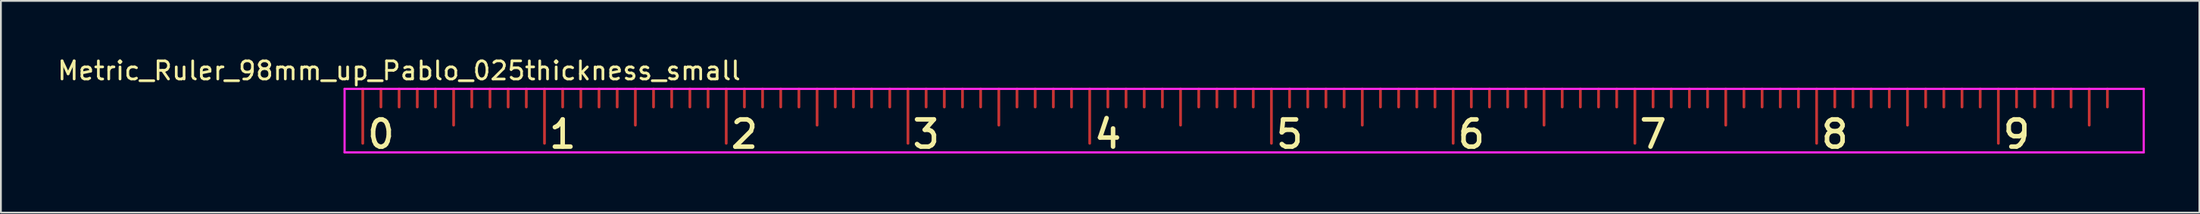
<source format=kicad_pcb>
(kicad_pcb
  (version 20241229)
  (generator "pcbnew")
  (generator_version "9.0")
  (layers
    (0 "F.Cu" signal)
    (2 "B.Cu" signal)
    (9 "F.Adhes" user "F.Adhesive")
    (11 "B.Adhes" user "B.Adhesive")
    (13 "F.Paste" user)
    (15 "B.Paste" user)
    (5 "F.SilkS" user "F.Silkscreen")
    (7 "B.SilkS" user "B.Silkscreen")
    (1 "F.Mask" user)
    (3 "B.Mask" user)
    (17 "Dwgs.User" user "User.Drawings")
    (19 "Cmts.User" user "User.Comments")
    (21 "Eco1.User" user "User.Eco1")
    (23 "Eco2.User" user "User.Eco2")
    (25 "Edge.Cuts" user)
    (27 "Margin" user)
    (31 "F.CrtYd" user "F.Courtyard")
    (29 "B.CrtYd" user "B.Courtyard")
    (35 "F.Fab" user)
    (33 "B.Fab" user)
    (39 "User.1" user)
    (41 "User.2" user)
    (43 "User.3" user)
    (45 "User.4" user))
  (footprint "Metric_Ruler_98mm_up_Pablo_025thickness_small"
    (layer "F.Cu")
    (at 16.911 1.848)
    (property "Reference" "Metric_Ruler_98mm_up_Pablo_025thickness_small" (at 2 -1 180) (layer "F.SilkS") (effects (font (size 1 1) (thickness 0.15))))
    (attr through_hole)
    (fp_line (start 0 0) (end 0 3) (stroke (width 0.15) (type solid)) (layer "F.Cu"))
    (fp_line (start 1 0) (end 1 1) (stroke (width 0.15) (type solid)) (layer "F.Cu"))
    (fp_line (start 2 0) (end 2 1) (stroke (width 0.15) (type solid)) (layer "F.Cu"))
    (fp_line (start 3 0) (end 3 1) (stroke (width 0.15) (type solid)) (layer "F.Cu"))
    (fp_line (start 4 0) (end 4 1) (stroke (width 0.15) (type solid)) (layer "F.Cu"))
    (fp_line (start 5 0) (end 5 2) (stroke (width 0.15) (type solid)) (layer "F.Cu"))
    (fp_line (start 6 0) (end 6 1) (stroke (width 0.15) (type solid)) (layer "F.Cu"))
    (fp_line (start 7 0) (end 7 1) (stroke (width 0.15) (type solid)) (layer "F.Cu"))
    (fp_line (start 8 0) (end 8 1) (stroke (width 0.15) (type solid)) (layer "F.Cu"))
    (fp_line (start 9 0) (end 9 1) (stroke (width 0.15) (type solid)) (layer "F.Cu"))
    (fp_line (start 10 0) (end 10 3) (stroke (width 0.15) (type solid)) (layer "F.Cu"))
    (fp_line (start 11 0) (end 11 1) (stroke (width 0.15) (type solid)) (layer "F.Cu"))
    (fp_line (start 12 0) (end 12 1) (stroke (width 0.15) (type solid)) (layer "F.Cu"))
    (fp_line (start 13 0) (end 13 1) (stroke (width 0.15) (type solid)) (layer "F.Cu"))
    (fp_line (start 14 0) (end 14 1) (stroke (width 0.15) (type solid)) (layer "F.Cu"))
    (fp_line (start 15 0) (end 15 2) (stroke (width 0.15) (type solid)) (layer "F.Cu"))
    (fp_line (start 16 0) (end 16 1) (stroke (width 0.15) (type solid)) (layer "F.Cu"))
    (fp_line (start 17 0) (end 17 1) (stroke (width 0.15) (type solid)) (layer "F.Cu"))
    (fp_line (start 18 0) (end 18 1) (stroke (width 0.15) (type solid)) (layer "F.Cu"))
    (fp_line (start 19 0) (end 19 1) (stroke (width 0.15) (type solid)) (layer "F.Cu"))
    (fp_line (start 20 0) (end 20 3) (stroke (width 0.15) (type solid)) (layer "F.Cu"))
    (fp_line (start 21 0) (end 21 1) (stroke (width 0.15) (type solid)) (layer "F.Cu"))
    (fp_line (start 22 0) (end 22 1) (stroke (width 0.15) (type solid)) (layer "F.Cu"))
    (fp_line (start 23 0) (end 23 1) (stroke (width 0.15) (type solid)) (layer "F.Cu"))
    (fp_line (start 24 0) (end 24 1) (stroke (width 0.15) (type solid)) (layer "F.Cu"))
    (fp_line (start 25 0) (end 25 2) (stroke (width 0.15) (type solid)) (layer "F.Cu"))
    (fp_line (start 26 0) (end 26 1) (stroke (width 0.15) (type solid)) (layer "F.Cu"))
    (fp_line (start 27 0) (end 27 1) (stroke (width 0.15) (type solid)) (layer "F.Cu"))
    (fp_line (start 28 0) (end 28 1) (stroke (width 0.15) (type solid)) (layer "F.Cu"))
    (fp_line (start 29 0) (end 29 1) (stroke (width 0.15) (type solid)) (layer "F.Cu"))
    (fp_line (start 30 0) (end 30 3) (stroke (width 0.15) (type solid)) (layer "F.Cu"))
    (fp_line (start 31 0) (end 31 1) (stroke (width 0.15) (type solid)) (layer "F.Cu"))
    (fp_line (start 32 0) (end 32 1) (stroke (width 0.15) (type solid)) (layer "F.Cu"))
    (fp_line (start 33 0) (end 33 1) (stroke (width 0.15) (type solid)) (layer "F.Cu"))
    (fp_line (start 34 0) (end 34 1) (stroke (width 0.15) (type solid)) (layer "F.Cu"))
    (fp_line (start 35 0) (end 35 2) (stroke (width 0.15) (type solid)) (layer "F.Cu"))
    (fp_line (start 36 0) (end 36 1) (stroke (width 0.15) (type solid)) (layer "F.Cu"))
    (fp_line (start 37 0) (end 37 1) (stroke (width 0.15) (type solid)) (layer "F.Cu"))
    (fp_line (start 38 0) (end 38 1) (stroke (width 0.15) (type solid)) (layer "F.Cu"))
    (fp_line (start 39 0) (end 39 1) (stroke (width 0.15) (type solid)) (layer "F.Cu"))
    (fp_line (start 40 0) (end 40 3) (stroke (width 0.15) (type solid)) (layer "F.Cu"))
    (fp_line (start 41 0) (end 41 1) (stroke (width 0.15) (type solid)) (layer "F.Cu"))
    (fp_line (start 42 0) (end 42 1) (stroke (width 0.15) (type solid)) (layer "F.Cu"))
    (fp_line (start 43 0) (end 43 1) (stroke (width 0.15) (type solid)) (layer "F.Cu"))
    (fp_line (start 44 0) (end 44 1) (stroke (width 0.15) (type solid)) (layer "F.Cu"))
    (fp_line (start 45 0) (end 45 2) (stroke (width 0.15) (type solid)) (layer "F.Cu"))
    (fp_line (start 46 0) (end 46 1) (stroke (width 0.15) (type solid)) (layer "F.Cu"))
    (fp_line (start 47 0) (end 47 1) (stroke (width 0.15) (type solid)) (layer "F.Cu"))
    (fp_line (start 48 0) (end 48 1) (stroke (width 0.15) (type solid)) (layer "F.Cu"))
    (fp_line (start 49 0) (end 49 1) (stroke (width 0.15) (type solid)) (layer "F.Cu"))
    (fp_line (start 50 0) (end 50 3) (stroke (width 0.15) (type solid)) (layer "F.Cu"))
    (fp_line (start 51 0) (end 51 1) (stroke (width 0.15) (type solid)) (layer "F.Cu"))
    (fp_line (start 52 0) (end 52 1) (stroke (width 0.15) (type solid)) (layer "F.Cu"))
    (fp_line (start 53 0) (end 53 1) (stroke (width 0.15) (type solid)) (layer "F.Cu"))
    (fp_line (start 54 0) (end 54 1) (stroke (width 0.15) (type solid)) (layer "F.Cu"))
    (fp_line (start 55 0) (end 55 2) (stroke (width 0.15) (type solid)) (layer "F.Cu"))
    (fp_line (start 56 0) (end 56 1) (stroke (width 0.15) (type solid)) (layer "F.Cu"))
    (fp_line (start 57 0) (end 57 1) (stroke (width 0.15) (type solid)) (layer "F.Cu"))
    (fp_line (start 58 0) (end 58 1) (stroke (width 0.15) (type solid)) (layer "F.Cu"))
    (fp_line (start 59 0) (end 59 1) (stroke (width 0.15) (type solid)) (layer "F.Cu"))
    (fp_line (start 60 0) (end 60 3) (stroke (width 0.15) (type solid)) (layer "F.Cu"))
    (fp_line (start 61 0) (end 61 1) (stroke (width 0.15) (type solid)) (layer "F.Cu"))
    (fp_line (start 62 0) (end 62 1) (stroke (width 0.15) (type solid)) (layer "F.Cu"))
    (fp_line (start 63 0) (end 63 1) (stroke (width 0.15) (type solid)) (layer "F.Cu"))
    (fp_line (start 64 0) (end 64 1) (stroke (width 0.15) (type solid)) (layer "F.Cu"))
    (fp_line (start 65 0) (end 65 2) (stroke (width 0.15) (type solid)) (layer "F.Cu"))
    (fp_line (start 66 0) (end 66 1) (stroke (width 0.15) (type solid)) (layer "F.Cu"))
    (fp_line (start 67 0) (end 67 1) (stroke (width 0.15) (type solid)) (layer "F.Cu"))
    (fp_line (start 68 0) (end 68 1) (stroke (width 0.15) (type solid)) (layer "F.Cu"))
    (fp_line (start 69 0) (end 69 1) (stroke (width 0.15) (type solid)) (layer "F.Cu"))
    (fp_line (start 70 0) (end 70 3) (stroke (width 0.15) (type solid)) (layer "F.Cu"))
    (fp_line (start 71 0) (end 71 1) (stroke (width 0.15) (type solid)) (layer "F.Cu"))
    (fp_line (start 72 0) (end 72 1) (stroke (width 0.15) (type solid)) (layer "F.Cu"))
    (fp_line (start 73 0) (end 73 1) (stroke (width 0.15) (type solid)) (layer "F.Cu"))
    (fp_line (start 74 0) (end 74 1) (stroke (width 0.15) (type solid)) (layer "F.Cu"))
    (fp_line (start 75 0) (end 75 2) (stroke (width 0.15) (type solid)) (layer "F.Cu"))
    (fp_line (start 76 0) (end 76 1) (stroke (width 0.15) (type solid)) (layer "F.Cu"))
    (fp_line (start 77 0) (end 77 1) (stroke (width 0.15) (type solid)) (layer "F.Cu"))
    (fp_line (start 78 0) (end 78 1) (stroke (width 0.15) (type solid)) (layer "F.Cu"))
    (fp_line (start 79 0) (end 79 1) (stroke (width 0.15) (type solid)) (layer "F.Cu"))
    (fp_line (start 80 0) (end 80 3) (stroke (width 0.15) (type solid)) (layer "F.Cu"))
    (fp_line (start 81 0) (end 81 1) (stroke (width 0.15) (type solid)) (layer "F.Cu"))
    (fp_line (start 82 0) (end 82 1) (stroke (width 0.15) (type solid)) (layer "F.Cu"))
    (fp_line (start 83 0) (end 83 1) (stroke (width 0.15) (type solid)) (layer "F.Cu"))
    (fp_line (start 84 0) (end 84 1) (stroke (width 0.15) (type solid)) (layer "F.Cu"))
    (fp_line (start 85 0) (end 85 2) (stroke (width 0.15) (type solid)) (layer "F.Cu"))
    (fp_line (start 86 0) (end 86 1) (stroke (width 0.15) (type solid)) (layer "F.Cu"))
    (fp_line (start 87 0) (end 87 1) (stroke (width 0.15) (type solid)) (layer "F.Cu"))
    (fp_line (start 88 0) (end 88 1) (stroke (width 0.15) (type solid)) (layer "F.Cu"))
    (fp_line (start 89 0) (end 89 1) (stroke (width 0.15) (type solid)) (layer "F.Cu"))
    (fp_line (start 90 0) (end 90 3) (stroke (width 0.15) (type solid)) (layer "F.Cu"))
    (fp_line (start 91 0) (end 91 1) (stroke (width 0.15) (type solid)) (layer "F.Cu"))
    (fp_line (start 92 0) (end 92 1) (stroke (width 0.15) (type solid)) (layer "F.Cu"))
    (fp_line (start 93 0) (end 93 1) (stroke (width 0.15) (type solid)) (layer "F.Cu"))
    (fp_line (start 94 0) (end 94 1) (stroke (width 0.15) (type solid)) (layer "F.Cu"))
    (fp_line (start 95 0) (end 95 2) (stroke (width 0.15) (type solid)) (layer "F.Cu"))
    (fp_line (start 96 0) (end 96 1) (stroke (width 0.15) (type solid)) (layer "F.Cu"))
    (fp_line (start 0 0) (end 0 3) (stroke (width 0.15) (type solid)) (layer "F.Mask"))
    (fp_line (start 1 0) (end 1 1) (stroke (width 0.15) (type solid)) (layer "F.Mask"))
    (fp_line (start 2 0) (end 2 1) (stroke (width 0.15) (type solid)) (layer "F.Mask"))
    (fp_line (start 3 0) (end 3 1) (stroke (width 0.15) (type solid)) (layer "F.Mask"))
    (fp_line (start 4 0) (end 4 1) (stroke (width 0.15) (type solid)) (layer "F.Mask"))
    (fp_line (start 5 0) (end 5 2) (stroke (width 0.15) (type solid)) (layer "F.Mask"))
    (fp_line (start 6 0) (end 6 1) (stroke (width 0.15) (type solid)) (layer "F.Mask"))
    (fp_line (start 7 0) (end 7 1) (stroke (width 0.15) (type solid)) (layer "F.Mask"))
    (fp_line (start 8 0) (end 8 1) (stroke (width 0.15) (type solid)) (layer "F.Mask"))
    (fp_line (start 9 0) (end 9 1) (stroke (width 0.15) (type solid)) (layer "F.Mask"))
    (fp_line (start 10 0) (end 10 3) (stroke (width 0.15) (type solid)) (layer "F.Mask"))
    (fp_line (start 11 0) (end 11 1) (stroke (width 0.15) (type solid)) (layer "F.Mask"))
    (fp_line (start 12 0) (end 12 1) (stroke (width 0.15) (type solid)) (layer "F.Mask"))
    (fp_line (start 13 0) (end 13 1) (stroke (width 0.15) (type solid)) (layer "F.Mask"))
    (fp_line (start 14 0) (end 14 1) (stroke (width 0.15) (type solid)) (layer "F.Mask"))
    (fp_line (start 15 0) (end 15 2) (stroke (width 0.15) (type solid)) (layer "F.Mask"))
    (fp_line (start 16 0) (end 16 1) (stroke (width 0.15) (type solid)) (layer "F.Mask"))
    (fp_line (start 17 0) (end 17 1) (stroke (width 0.15) (type solid)) (layer "F.Mask"))
    (fp_line (start 18 0) (end 18 1) (stroke (width 0.15) (type solid)) (layer "F.Mask"))
    (fp_line (start 19 0) (end 19 1) (stroke (width 0.15) (type solid)) (layer "F.Mask"))
    (fp_line (start 20 0) (end 20 3) (stroke (width 0.15) (type solid)) (layer "F.Mask"))
    (fp_line (start 21 0) (end 21 1) (stroke (width 0.15) (type solid)) (layer "F.Mask"))
    (fp_line (start 22 0) (end 22 1) (stroke (width 0.15) (type solid)) (layer "F.Mask"))
    (fp_line (start 23 0) (end 23 1) (stroke (width 0.15) (type solid)) (layer "F.Mask"))
    (fp_line (start 24 0) (end 24 1) (stroke (width 0.15) (type solid)) (layer "F.Mask"))
    (fp_line (start 25 0) (end 25 2) (stroke (width 0.15) (type solid)) (layer "F.Mask"))
    (fp_line (start 26 0) (end 26 1) (stroke (width 0.15) (type solid)) (layer "F.Mask"))
    (fp_line (start 27 0) (end 27 1) (stroke (width 0.15) (type solid)) (layer "F.Mask"))
    (fp_line (start 28 0) (end 28 1) (stroke (width 0.15) (type solid)) (layer "F.Mask"))
    (fp_line (start 29 0) (end 29 1) (stroke (width 0.15) (type solid)) (layer "F.Mask"))
    (fp_line (start 30 0) (end 30 3) (stroke (width 0.15) (type solid)) (layer "F.Mask"))
    (fp_line (start 31 0) (end 31 1) (stroke (width 0.15) (type solid)) (layer "F.Mask"))
    (fp_line (start 32 0) (end 32 1) (stroke (width 0.15) (type solid)) (layer "F.Mask"))
    (fp_line (start 33 0) (end 33 1) (stroke (width 0.15) (type solid)) (layer "F.Mask"))
    (fp_line (start 34 0) (end 34 1) (stroke (width 0.15) (type solid)) (layer "F.Mask"))
    (fp_line (start 35 0) (end 35 2) (stroke (width 0.15) (type solid)) (layer "F.Mask"))
    (fp_line (start 36 0) (end 36 1) (stroke (width 0.15) (type solid)) (layer "F.Mask"))
    (fp_line (start 37 0) (end 37 1) (stroke (width 0.15) (type solid)) (layer "F.Mask"))
    (fp_line (start 38 0) (end 38 1) (stroke (width 0.15) (type solid)) (layer "F.Mask"))
    (fp_line (start 39 0) (end 39 1) (stroke (width 0.15) (type solid)) (layer "F.Mask"))
    (fp_line (start 40 0) (end 40 3) (stroke (width 0.15) (type solid)) (layer "F.Mask"))
    (fp_line (start 41 0) (end 41 1) (stroke (width 0.15) (type solid)) (layer "F.Mask"))
    (fp_line (start 42 0) (end 42 1) (stroke (width 0.15) (type solid)) (layer "F.Mask"))
    (fp_line (start 43 0) (end 43 1) (stroke (width 0.15) (type solid)) (layer "F.Mask"))
    (fp_line (start 44 0) (end 44 1) (stroke (width 0.15) (type solid)) (layer "F.Mask"))
    (fp_line (start 45 0) (end 45 2) (stroke (width 0.15) (type solid)) (layer "F.Mask"))
    (fp_line (start 46 0) (end 46 1) (stroke (width 0.15) (type solid)) (layer "F.Mask"))
    (fp_line (start 47 0) (end 47 1) (stroke (width 0.15) (type solid)) (layer "F.Mask"))
    (fp_line (start 48 0) (end 48 1) (stroke (width 0.15) (type solid)) (layer "F.Mask"))
    (fp_line (start 49 0) (end 49 1) (stroke (width 0.15) (type solid)) (layer "F.Mask"))
    (fp_line (start 50 0) (end 50 3) (stroke (width 0.15) (type solid)) (layer "F.Mask"))
    (fp_line (start 51 0) (end 51 1) (stroke (width 0.15) (type solid)) (layer "F.Mask"))
    (fp_line (start 52 0) (end 52 1) (stroke (width 0.15) (type solid)) (layer "F.Mask"))
    (fp_line (start 53 0) (end 53 1) (stroke (width 0.15) (type solid)) (layer "F.Mask"))
    (fp_line (start 54 0) (end 54 1) (stroke (width 0.15) (type solid)) (layer "F.Mask"))
    (fp_line (start 55 0) (end 55 2) (stroke (width 0.15) (type solid)) (layer "F.Mask"))
    (fp_line (start 56 0) (end 56 1) (stroke (width 0.15) (type solid)) (layer "F.Mask"))
    (fp_line (start 57 0) (end 57 1) (stroke (width 0.15) (type solid)) (layer "F.Mask"))
    (fp_line (start 58 0) (end 58 1) (stroke (width 0.15) (type solid)) (layer "F.Mask"))
    (fp_line (start 59 0) (end 59 1) (stroke (width 0.15) (type solid)) (layer "F.Mask"))
    (fp_line (start 60 0) (end 60 3) (stroke (width 0.15) (type solid)) (layer "F.Mask"))
    (fp_line (start 61 0) (end 61 1) (stroke (width 0.15) (type solid)) (layer "F.Mask"))
    (fp_line (start 62 0) (end 62 1) (stroke (width 0.15) (type solid)) (layer "F.Mask"))
    (fp_line (start 63 0) (end 63 1) (stroke (width 0.15) (type solid)) (layer "F.Mask"))
    (fp_line (start 64 0) (end 64 1) (stroke (width 0.15) (type solid)) (layer "F.Mask"))
    (fp_line (start 65 0) (end 65 2) (stroke (width 0.15) (type solid)) (layer "F.Mask"))
    (fp_line (start 66 0) (end 66 1) (stroke (width 0.15) (type solid)) (layer "F.Mask"))
    (fp_line (start 67 0) (end 67 1) (stroke (width 0.15) (type solid)) (layer "F.Mask"))
    (fp_line (start 68 0) (end 68 1) (stroke (width 0.15) (type solid)) (layer "F.Mask"))
    (fp_line (start 69 0) (end 69 1) (stroke (width 0.15) (type solid)) (layer "F.Mask"))
    (fp_line (start 70 0) (end 70 3) (stroke (width 0.15) (type solid)) (layer "F.Mask"))
    (fp_line (start 71 0) (end 71 1) (stroke (width 0.15) (type solid)) (layer "F.Mask"))
    (fp_line (start 72 0) (end 72 1) (stroke (width 0.15) (type solid)) (layer "F.Mask"))
    (fp_line (start 73 0) (end 73 1) (stroke (width 0.15) (type solid)) (layer "F.Mask"))
    (fp_line (start 74 0) (end 74 1) (stroke (width 0.15) (type solid)) (layer "F.Mask"))
    (fp_line (start 75 0) (end 75 2) (stroke (width 0.15) (type solid)) (layer "F.Mask"))
    (fp_line (start 76 0) (end 76 1) (stroke (width 0.15) (type solid)) (layer "F.Mask"))
    (fp_line (start 77 0) (end 77 1) (stroke (width 0.15) (type solid)) (layer "F.Mask"))
    (fp_line (start 78 0) (end 78 1) (stroke (width 0.15) (type solid)) (layer "F.Mask"))
    (fp_line (start 79 0) (end 79 1) (stroke (width 0.15) (type solid)) (layer "F.Mask"))
    (fp_line (start 80 0) (end 80 3) (stroke (width 0.15) (type solid)) (layer "F.Mask"))
    (fp_line (start 81 0) (end 81 1) (stroke (width 0.15) (type solid)) (layer "F.Mask"))
    (fp_line (start 82 0) (end 82 1) (stroke (width 0.15) (type solid)) (layer "F.Mask"))
    (fp_line (start 83 0) (end 83 1) (stroke (width 0.15) (type solid)) (layer "F.Mask"))
    (fp_line (start 84 0) (end 84 1) (stroke (width 0.15) (type solid)) (layer "F.Mask"))
    (fp_line (start 85 0) (end 85 2) (stroke (width 0.15) (type solid)) (layer "F.Mask"))
    (fp_line (start 86 0) (end 86 1) (stroke (width 0.15) (type solid)) (layer "F.Mask"))
    (fp_line (start 87 0) (end 87 1) (stroke (width 0.15) (type solid)) (layer "F.Mask"))
    (fp_line (start 88 0) (end 88 1) (stroke (width 0.15) (type solid)) (layer "F.Mask"))
    (fp_line (start 89 0) (end 89 1) (stroke (width 0.15) (type solid)) (layer "F.Mask"))
    (fp_line (start 90 0) (end 90 3) (stroke (width 0.15) (type solid)) (layer "F.Mask"))
    (fp_line (start 90 3) (end 90 3) (stroke (width 0.15) (type solid)) (layer "F.Mask"))
    (fp_line (start 91 0) (end 91 1) (stroke (width 0.15) (type solid)) (layer "F.Mask"))
    (fp_line (start 92 0) (end 92 1) (stroke (width 0.15) (type solid)) (layer "F.Mask"))
    (fp_line (start 93 0) (end 93 1) (stroke (width 0.15) (type solid)) (layer "F.Mask"))
    (fp_line (start 94 0) (end 94 1) (stroke (width 0.15) (type solid)) (layer "F.Mask"))
    (fp_line (start 95 0) (end 95 2) (stroke (width 0.15) (type solid)) (layer "F.Mask"))
    (fp_line (start 96 0) (end 96 1) (stroke (width 0.15) (type solid)) (layer "F.Mask"))
    (fp_line (start -1 0) (end 98 0) (stroke (width 0.12) (type solid)) (layer "F.CrtYd"))
    (fp_line (start -1 3.5) (end -1 0) (stroke (width 0.12) (type solid)) (layer "F.CrtYd"))
    (fp_line (start 98 0) (end 98 3.5) (stroke (width 0.12) (type solid)) (layer "F.CrtYd"))
    (fp_line (start 98 3.5) (end -1 3.5) (stroke (width 0.12) (type solid)) (layer "F.CrtYd"))
    (fp_text user "5" (at 51 2.5 0) (layer "F.SilkS") (effects (font (size 1.5 1.5) (thickness 0.25))))
    (fp_text user "9" (at 91 2.5 0) (layer "F.SilkS") (effects (font (size 1.5 1.5) (thickness 0.25))))
    (fp_text user "6" (at 61 2.5 0) (layer "F.SilkS") (effects (font (size 1.5 1.5) (thickness 0.25))))
    (fp_text user "8" (at 81 2.5 0) (layer "F.SilkS") (effects (font (size 1.5 1.5) (thickness 0.25))))
    (fp_text user "1" (at 11 2.5 0) (layer "F.SilkS") (effects (font (size 1.5 1.5) (thickness 0.25))))
    (fp_text user "7" (at 71 2.5 0) (layer "F.SilkS") (effects (font (size 1.5 1.5) (thickness 0.25))))
    (fp_text user "4" (at 41 2.5 0) (layer "F.SilkS") (effects (font (size 1.5 1.5) (thickness 0.25))))
    (fp_text user "2" (at 21 2.5 0) (layer "F.SilkS") (effects (font (size 1.5 1.5) (thickness 0.25))))
    (fp_text user "0" (at 1 2.5 0) (layer "F.SilkS") (effects (font (size 1.5 1.5) (thickness 0.25))))
    (fp_text user "3" (at 31 2.5 0) (layer "F.SilkS") (effects (font (size 1.5 1.5) (thickness 0.25)))))
  (gr_rect
    (start -3 -3)
    (end 117.971 8.665)
    (stroke (width 0.1) (type default))
    (fill no)
    (layer "Edge.Cuts")))
</source>
